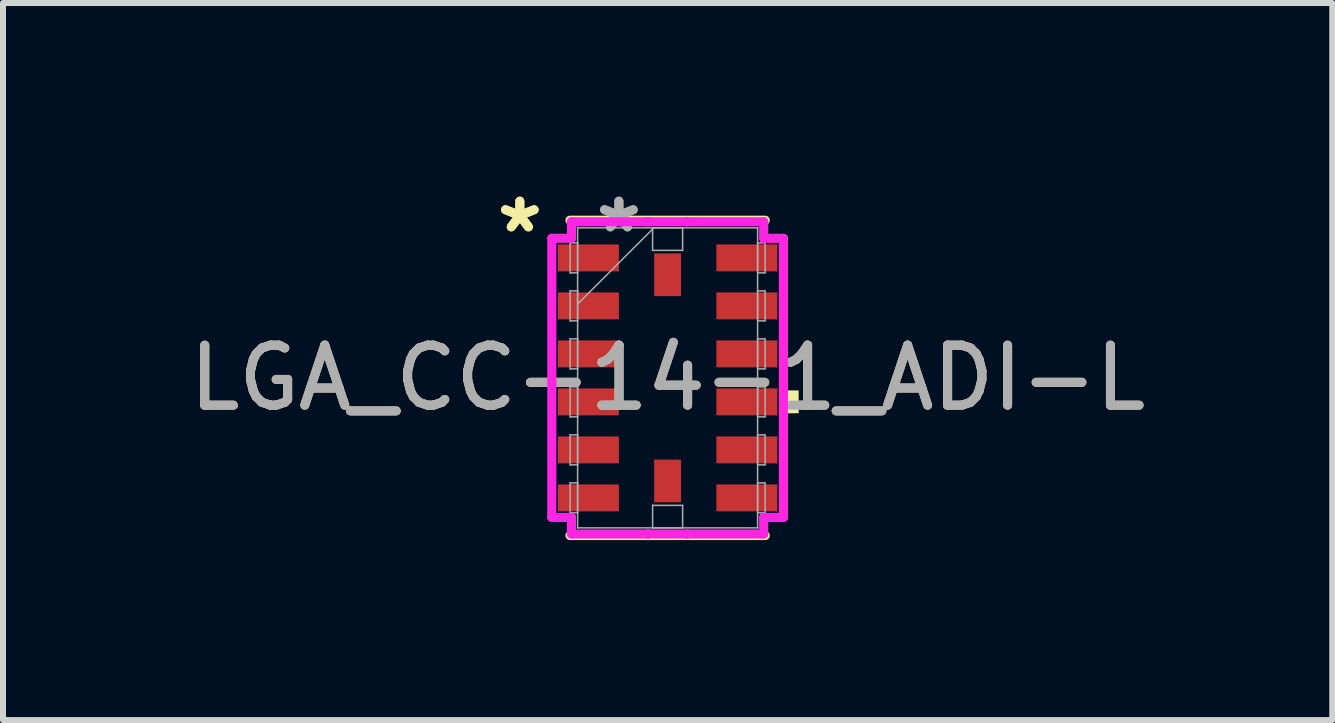
<source format=kicad_pcb>
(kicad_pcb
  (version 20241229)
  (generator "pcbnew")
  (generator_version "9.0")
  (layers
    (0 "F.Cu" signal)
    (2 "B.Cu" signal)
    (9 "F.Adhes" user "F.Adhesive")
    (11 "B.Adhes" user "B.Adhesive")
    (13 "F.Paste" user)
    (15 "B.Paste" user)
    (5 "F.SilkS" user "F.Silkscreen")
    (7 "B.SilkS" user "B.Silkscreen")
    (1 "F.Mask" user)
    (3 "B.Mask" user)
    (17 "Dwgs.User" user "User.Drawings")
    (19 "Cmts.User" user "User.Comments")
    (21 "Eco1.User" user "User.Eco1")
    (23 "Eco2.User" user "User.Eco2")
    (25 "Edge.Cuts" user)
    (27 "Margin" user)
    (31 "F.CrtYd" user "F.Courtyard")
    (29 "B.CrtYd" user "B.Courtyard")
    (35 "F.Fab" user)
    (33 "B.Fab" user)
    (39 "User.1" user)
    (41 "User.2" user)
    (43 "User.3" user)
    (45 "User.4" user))
  (footprint "LGA_CC-14-1_ADI-L"
    (layer "F.Cu")
    (at 8.077 3.248)
    (property "Reference" "LGA_CC-14-1_ADI-L" (at 0 0 0) (unlocked yes) (layer "F.SilkS") (effects (font (size 1 1) (thickness 0.15))))
    (attr smd)
    (fp_line (start -1.627 2.627) (end 1.627 2.627) (stroke (width 0.152) (type solid)) (layer "F.SilkS"))
    (fp_line (start 1.627 -2.627) (end -1.627 -2.627) (stroke (width 0.152) (type solid)) (layer "F.SilkS"))
    (fp_poly (pts (xy 2.184 0.209) (xy 2.184 0.59) (xy 1.93 0.59) (xy 1.93 0.209)) (stroke (width 0) (type solid)) (fill yes) (layer "F.SilkS"))
    (fp_line (start -1.93 -2.326) (end -1.602 -2.326) (stroke (width 0.152) (type solid)) (layer "F.CrtYd"))
    (fp_line (start -1.93 2.326) (end -1.93 -2.326) (stroke (width 0.152) (type solid)) (layer "F.CrtYd"))
    (fp_line (start -1.602 -2.602) (end -0.326 -2.602) (stroke (width 0.152) (type solid)) (layer "F.CrtYd"))
    (fp_line (start -1.602 -2.326) (end -1.602 -2.602) (stroke (width 0.152) (type solid)) (layer "F.CrtYd"))
    (fp_line (start -1.602 2.326) (end -1.93 2.326) (stroke (width 0.152) (type solid)) (layer "F.CrtYd"))
    (fp_line (start -1.602 2.602) (end -1.602 2.326) (stroke (width 0.152) (type solid)) (layer "F.CrtYd"))
    (fp_line (start -0.326 -2.602) (end -0.326 -2.602) (stroke (width 0.152) (type solid)) (layer "F.CrtYd"))
    (fp_line (start -0.326 -2.602) (end 0.326 -2.602) (stroke (width 0.152) (type solid)) (layer "F.CrtYd"))
    (fp_line (start -0.326 2.602) (end -1.602 2.602) (stroke (width 0.152) (type solid)) (layer "F.CrtYd"))
    (fp_line (start -0.326 2.602) (end -0.326 2.602) (stroke (width 0.152) (type solid)) (layer "F.CrtYd"))
    (fp_line (start 0.326 -2.602) (end 0.326 -2.602) (stroke (width 0.152) (type solid)) (layer "F.CrtYd"))
    (fp_line (start 0.326 -2.602) (end 1.602 -2.602) (stroke (width 0.152) (type solid)) (layer "F.CrtYd"))
    (fp_line (start 0.326 2.602) (end -0.326 2.602) (stroke (width 0.152) (type solid)) (layer "F.CrtYd"))
    (fp_line (start 0.326 2.602) (end 0.326 2.602) (stroke (width 0.152) (type solid)) (layer "F.CrtYd"))
    (fp_line (start 1.602 -2.602) (end 1.602 -2.326) (stroke (width 0.152) (type solid)) (layer "F.CrtYd"))
    (fp_line (start 1.602 -2.326) (end 1.93 -2.326) (stroke (width 0.152) (type solid)) (layer "F.CrtYd"))
    (fp_line (start 1.602 2.326) (end 1.602 2.602) (stroke (width 0.152) (type solid)) (layer "F.CrtYd"))
    (fp_line (start 1.602 2.602) (end 0.326 2.602) (stroke (width 0.152) (type solid)) (layer "F.CrtYd"))
    (fp_line (start 1.93 -2.326) (end 1.93 2.326) (stroke (width 0.152) (type solid)) (layer "F.CrtYd"))
    (fp_line (start 1.93 2.326) (end 1.602 2.326) (stroke (width 0.152) (type solid)) (layer "F.CrtYd"))
    (fp_line (start -1.625 -2.25) (end -1.625 -1.75) (stroke (width 0.025) (type solid)) (layer "F.Fab"))
    (fp_line (start -1.625 -1.75) (end -1.5 -1.75) (stroke (width 0.025) (type solid)) (layer "F.Fab"))
    (fp_line (start -1.625 -1.45) (end -1.625 -0.95) (stroke (width 0.025) (type solid)) (layer "F.Fab"))
    (fp_line (start -1.625 -0.95) (end -1.5 -0.95) (stroke (width 0.025) (type solid)) (layer "F.Fab"))
    (fp_line (start -1.625 -0.65) (end -1.625 -0.15) (stroke (width 0.025) (type solid)) (layer "F.Fab"))
    (fp_line (start -1.625 -0.15) (end -1.5 -0.15) (stroke (width 0.025) (type solid)) (layer "F.Fab"))
    (fp_line (start -1.625 0.15) (end -1.625 0.65) (stroke (width 0.025) (type solid)) (layer "F.Fab"))
    (fp_line (start -1.625 0.65) (end -1.5 0.65) (stroke (width 0.025) (type solid)) (layer "F.Fab"))
    (fp_line (start -1.625 0.95) (end -1.625 1.45) (stroke (width 0.025) (type solid)) (layer "F.Fab"))
    (fp_line (start -1.625 1.45) (end -1.5 1.45) (stroke (width 0.025) (type solid)) (layer "F.Fab"))
    (fp_line (start -1.625 1.75) (end -1.625 2.25) (stroke (width 0.025) (type solid)) (layer "F.Fab"))
    (fp_line (start -1.625 2.25) (end -1.5 2.25) (stroke (width 0.025) (type solid)) (layer "F.Fab"))
    (fp_line (start -1.5 -2.5) (end -1.5 -2.5) (stroke (width 0.025) (type solid)) (layer "F.Fab"))
    (fp_line (start -1.5 -2.5) (end -1.5 2.5) (stroke (width 0.025) (type solid)) (layer "F.Fab"))
    (fp_line (start -1.5 -2.25) (end -1.625 -2.25) (stroke (width 0.025) (type solid)) (layer "F.Fab"))
    (fp_line (start -1.5 -1.75) (end -1.5 -2.25) (stroke (width 0.025) (type solid)) (layer "F.Fab"))
    (fp_line (start -1.5 -1.45) (end -1.625 -1.45) (stroke (width 0.025) (type solid)) (layer "F.Fab"))
    (fp_line (start -1.5 -1.23) (end -0.23 -2.5) (stroke (width 0.025) (type solid)) (layer "F.Fab"))
    (fp_line (start -1.5 -0.95) (end -1.5 -1.45) (stroke (width 0.025) (type solid)) (layer "F.Fab"))
    (fp_line (start -1.5 -0.65) (end -1.625 -0.65) (stroke (width 0.025) (type solid)) (layer "F.Fab"))
    (fp_line (start -1.5 -0.15) (end -1.5 -0.65) (stroke (width 0.025) (type solid)) (layer "F.Fab"))
    (fp_line (start -1.5 0.15) (end -1.625 0.15) (stroke (width 0.025) (type solid)) (layer "F.Fab"))
    (fp_line (start -1.5 0.65) (end -1.5 0.15) (stroke (width 0.025) (type solid)) (layer "F.Fab"))
    (fp_line (start -1.5 0.95) (end -1.625 0.95) (stroke (width 0.025) (type solid)) (layer "F.Fab"))
    (fp_line (start -1.5 1.45) (end -1.5 0.95) (stroke (width 0.025) (type solid)) (layer "F.Fab"))
    (fp_line (start -1.5 1.75) (end -1.625 1.75) (stroke (width 0.025) (type solid)) (layer "F.Fab"))
    (fp_line (start -1.5 2.25) (end -1.5 1.75) (stroke (width 0.025) (type solid)) (layer "F.Fab"))
    (fp_line (start -1.5 2.5) (end -1.5 2.5) (stroke (width 0.025) (type solid)) (layer "F.Fab"))
    (fp_line (start -1.5 2.5) (end 1.5 2.5) (stroke (width 0.025) (type solid)) (layer "F.Fab"))
    (fp_line (start -0.25 -2.5) (end 0.25 -2.5) (stroke (width 0.025) (type solid)) (layer "F.Fab"))
    (fp_line (start -0.25 -2.125) (end -0.25 -2.5) (stroke (width 0.025) (type solid)) (layer "F.Fab"))
    (fp_line (start -0.25 2.125) (end 0.25 2.125) (stroke (width 0.025) (type solid)) (layer "F.Fab"))
    (fp_line (start -0.25 2.5) (end -0.25 2.125) (stroke (width 0.025) (type solid)) (layer "F.Fab"))
    (fp_line (start 0.25 -2.5) (end 0.25 -2.125) (stroke (width 0.025) (type solid)) (layer "F.Fab"))
    (fp_line (start 0.25 -2.125) (end -0.25 -2.125) (stroke (width 0.025) (type solid)) (layer "F.Fab"))
    (fp_line (start 0.25 2.125) (end 0.25 2.5) (stroke (width 0.025) (type solid)) (layer "F.Fab"))
    (fp_line (start 0.25 2.5) (end -0.25 2.5) (stroke (width 0.025) (type solid)) (layer "F.Fab"))
    (fp_line (start 1.5 -2.5) (end -1.5 -2.5) (stroke (width 0.025) (type solid)) (layer "F.Fab"))
    (fp_line (start 1.5 -2.5) (end 1.5 -2.5) (stroke (width 0.025) (type solid)) (layer "F.Fab"))
    (fp_line (start 1.5 -2.25) (end 1.5 -1.75) (stroke (width 0.025) (type solid)) (layer "F.Fab"))
    (fp_line (start 1.5 -1.75) (end 1.625 -1.75) (stroke (width 0.025) (type solid)) (layer "F.Fab"))
    (fp_line (start 1.5 -1.45) (end 1.5 -0.95) (stroke (width 0.025) (type solid)) (layer "F.Fab"))
    (fp_line (start 1.5 -0.95) (end 1.625 -0.95) (stroke (width 0.025) (type solid)) (layer "F.Fab"))
    (fp_line (start 1.5 -0.65) (end 1.5 -0.15) (stroke (width 0.025) (type solid)) (layer "F.Fab"))
    (fp_line (start 1.5 -0.15) (end 1.625 -0.15) (stroke (width 0.025) (type solid)) (layer "F.Fab"))
    (fp_line (start 1.5 0.15) (end 1.5 0.65) (stroke (width 0.025) (type solid)) (layer "F.Fab"))
    (fp_line (start 1.5 0.65) (end 1.625 0.65) (stroke (width 0.025) (type solid)) (layer "F.Fab"))
    (fp_line (start 1.5 0.95) (end 1.5 1.45) (stroke (width 0.025) (type solid)) (layer "F.Fab"))
    (fp_line (start 1.5 1.45) (end 1.625 1.45) (stroke (width 0.025) (type solid)) (layer "F.Fab"))
    (fp_line (start 1.5 1.75) (end 1.5 2.25) (stroke (width 0.025) (type solid)) (layer "F.Fab"))
    (fp_line (start 1.5 2.25) (end 1.625 2.25) (stroke (width 0.025) (type solid)) (layer "F.Fab"))
    (fp_line (start 1.5 2.5) (end 1.5 -2.5) (stroke (width 0.025) (type solid)) (layer "F.Fab"))
    (fp_line (start 1.5 2.5) (end 1.5 2.5) (stroke (width 0.025) (type solid)) (layer "F.Fab"))
    (fp_line (start 1.625 -2.25) (end 1.5 -2.25) (stroke (width 0.025) (type solid)) (layer "F.Fab"))
    (fp_line (start 1.625 -1.75) (end 1.625 -2.25) (stroke (width 0.025) (type solid)) (layer "F.Fab"))
    (fp_line (start 1.625 -1.45) (end 1.5 -1.45) (stroke (width 0.025) (type solid)) (layer "F.Fab"))
    (fp_line (start 1.625 -0.95) (end 1.625 -1.45) (stroke (width 0.025) (type solid)) (layer "F.Fab"))
    (fp_line (start 1.625 -0.65) (end 1.5 -0.65) (stroke (width 0.025) (type solid)) (layer "F.Fab"))
    (fp_line (start 1.625 -0.15) (end 1.625 -0.65) (stroke (width 0.025) (type solid)) (layer "F.Fab"))
    (fp_line (start 1.625 0.15) (end 1.5 0.15) (stroke (width 0.025) (type solid)) (layer "F.Fab"))
    (fp_line (start 1.625 0.65) (end 1.625 0.15) (stroke (width 0.025) (type solid)) (layer "F.Fab"))
    (fp_line (start 1.625 0.95) (end 1.5 0.95) (stroke (width 0.025) (type solid)) (layer "F.Fab"))
    (fp_line (start 1.625 1.45) (end 1.625 0.95) (stroke (width 0.025) (type solid)) (layer "F.Fab"))
    (fp_line (start 1.625 1.75) (end 1.5 1.75) (stroke (width 0.025) (type solid)) (layer "F.Fab"))
    (fp_line (start 1.625 2.25) (end 1.625 1.75) (stroke (width 0.025) (type solid)) (layer "F.Fab"))
    (fp_text user "*" (at -2.463 -2.4 0) (layer "F.SilkS") (effects (font (size 1 1) (thickness 0.15))))
    (fp_text user "*" (at -2.463 -2.4 0) (unlocked yes) (layer "F.SilkS") (effects (font (size 1 1) (thickness 0.15))))
    (fp_text user "*" (at -0.812 -2.4 0) (unlocked yes) (layer "F.Fab") (effects (font (size 1 1) (thickness 0.15))))
    (fp_text user "${REFERENCE}" (at 0 0 0) (unlocked yes) (layer "F.Fab") (effects (font (size 1 1) (thickness 0.15))))
    (fp_text user "*" (at -0.812 -2.4 0) (layer "F.Fab") (effects (font (size 1 1) (thickness 0.15))))
    (pad "1" smd rect (at -1.32 -2 90) (size 0.449 1.016) (layers "F.Cu" "F.Mask" "F.Paste"))
    (pad "2" smd rect (at -1.32 -1.2 90) (size 0.449 1.016) (layers "F.Cu" "F.Mask" "F.Paste"))
    (pad "3" smd rect (at -1.32 -0.4 90) (size 0.449 1.016) (layers "F.Cu" "F.Mask" "F.Paste"))
    (pad "4" smd rect (at -1.32 0.4 90) (size 0.449 1.016) (layers "F.Cu" "F.Mask" "F.Paste"))
    (pad "5" smd rect (at -1.32 1.2 90) (size 0.449 1.016) (layers "F.Cu" "F.Mask" "F.Paste"))
    (pad "6" smd rect (at -1.32 2 90) (size 0.449 1.016) (layers "F.Cu" "F.Mask" "F.Paste"))
    (pad "7" smd rect (at 0 1.718) (size 0.449 0.711) (layers "F.Cu" "F.Mask" "F.Paste"))
    (pad "8" smd rect (at 1.32 2 90) (size 0.449 1.016) (layers "F.Cu" "F.Mask" "F.Paste"))
    (pad "9" smd rect (at 1.32 1.2 90) (size 0.449 1.016) (layers "F.Cu" "F.Mask" "F.Paste"))
    (pad "10" smd rect (at 1.32 0.4 90) (size 0.449 1.016) (layers "F.Cu" "F.Mask" "F.Paste"))
    (pad "11" smd rect (at 1.32 -0.4 90) (size 0.449 1.016) (layers "F.Cu" "F.Mask" "F.Paste"))
    (pad "12" smd rect (at 1.32 -1.2 90) (size 0.449 1.016) (layers "F.Cu" "F.Mask" "F.Paste"))
    (pad "13" smd rect (at 1.32 -2 90) (size 0.449 1.016) (layers "F.Cu" "F.Mask" "F.Paste"))
    (pad "14" smd rect (at 0 -1.718) (size 0.449 0.711) (layers "F.Cu" "F.Mask" "F.Paste")))
  (gr_rect
    (start -3 -3)
    (end 19.155 8.951)
    (stroke (width 0.1) (type default))
    (fill no)
    (layer "Edge.Cuts")))
</source>
